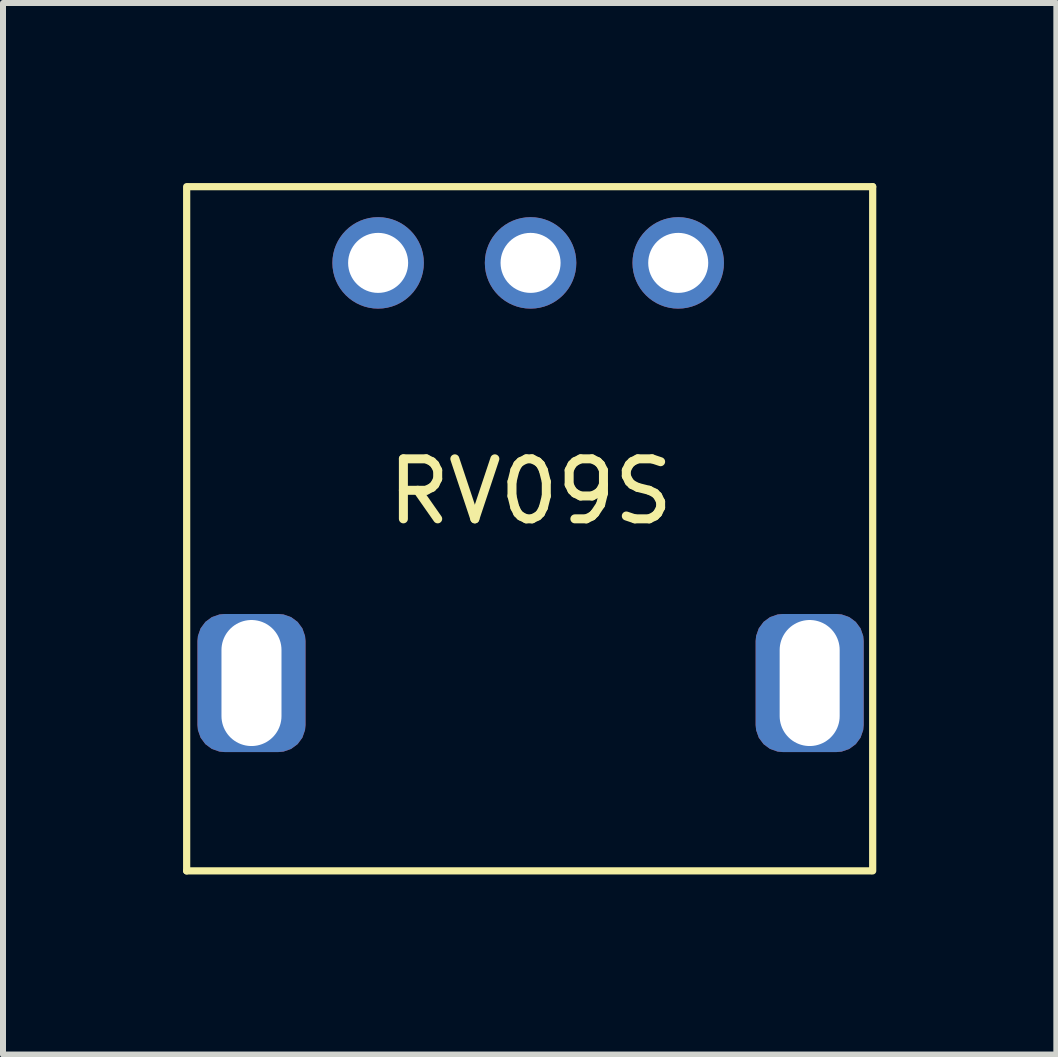
<source format=kicad_pcb>
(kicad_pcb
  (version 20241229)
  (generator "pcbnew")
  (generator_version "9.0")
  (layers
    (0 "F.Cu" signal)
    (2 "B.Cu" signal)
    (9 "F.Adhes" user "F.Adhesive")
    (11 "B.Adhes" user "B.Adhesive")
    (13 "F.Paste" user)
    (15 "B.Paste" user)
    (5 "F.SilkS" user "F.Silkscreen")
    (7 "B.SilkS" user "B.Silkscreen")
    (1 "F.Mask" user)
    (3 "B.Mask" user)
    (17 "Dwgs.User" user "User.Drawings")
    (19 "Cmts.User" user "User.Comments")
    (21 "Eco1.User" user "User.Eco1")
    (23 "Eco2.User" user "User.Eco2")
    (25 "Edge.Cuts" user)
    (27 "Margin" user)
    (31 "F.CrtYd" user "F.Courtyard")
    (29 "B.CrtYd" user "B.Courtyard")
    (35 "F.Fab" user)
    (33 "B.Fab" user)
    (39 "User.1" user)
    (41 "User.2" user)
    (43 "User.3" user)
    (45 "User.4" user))
  (footprint "RV09S"
    (layer "F.Cu")
    (at 5.79 5.14)
    (property "Reference" "RV09S" (at 0 0 0) (layer "F.SilkS") (effects (font (size 1 1) (thickness 0.15))))
    (attr through_hole)
    (fp_line (start -5.73 -5.08) (end -5.73 6.32) (stroke (width 0.12) (type solid)) (layer "F.SilkS"))
    (fp_line (start -5.73 6.32) (end 5.67 6.32) (stroke (width 0.12) (type solid)) (layer "F.SilkS"))
    (fp_line (start -5.7 -5.08) (end 5.7 -5.08) (stroke (width 0.12) (type solid)) (layer "F.SilkS"))
    (fp_line (start 5.7 -5.08) (end 5.7 6.32) (stroke (width 0.12) (type solid)) (layer "F.SilkS"))
    (pad "" np_thru_hole roundrect (at -4.65 3.19) (size 1.8 2.3) (drill oval 1 2.1) (layers "*.Cu" "*.Mask") (roundrect_rratio 0.25))
    (pad "" np_thru_hole roundrect (at 4.65 3.19) (size 1.8 2.3) (drill oval 1 2.1) (layers "*.Cu" "*.Mask") (roundrect_rratio 0.25))
    (pad "1" thru_hole circle (at 2.46 -3.81) (size 1.524 1.524) (drill 1) (layers "*.Cu" "*.Mask"))
    (pad "2" thru_hole circle (at 0 -3.81) (size 1.524 1.524) (drill 1) (layers "*.Cu" "*.Mask"))
    (pad "3" thru_hole circle (at -2.54 -3.81) (size 1.524 1.524) (drill 1) (layers "*.Cu" "*.Mask")))
  (gr_rect
    (start -3 -3)
    (end 14.55 14.52)
    (stroke (width 0.1) (type default))
    (fill no)
    (layer "Edge.Cuts")))
</source>
